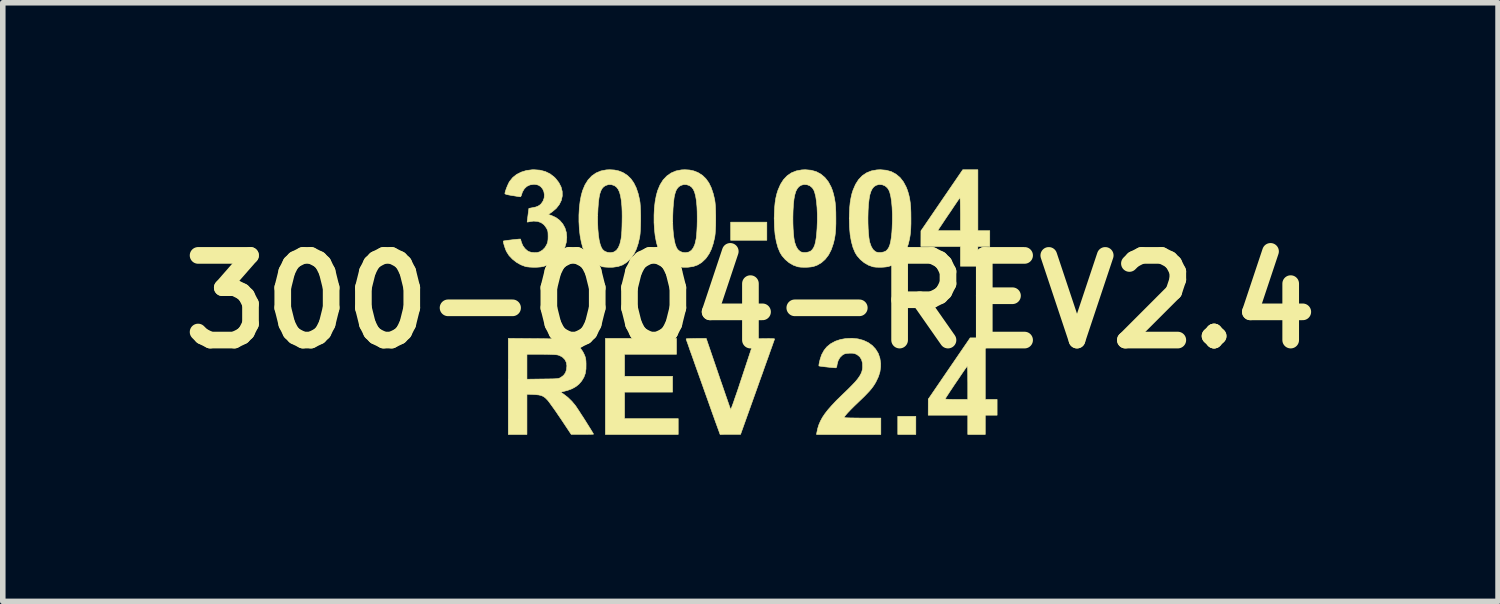
<source format=kicad_pcb>
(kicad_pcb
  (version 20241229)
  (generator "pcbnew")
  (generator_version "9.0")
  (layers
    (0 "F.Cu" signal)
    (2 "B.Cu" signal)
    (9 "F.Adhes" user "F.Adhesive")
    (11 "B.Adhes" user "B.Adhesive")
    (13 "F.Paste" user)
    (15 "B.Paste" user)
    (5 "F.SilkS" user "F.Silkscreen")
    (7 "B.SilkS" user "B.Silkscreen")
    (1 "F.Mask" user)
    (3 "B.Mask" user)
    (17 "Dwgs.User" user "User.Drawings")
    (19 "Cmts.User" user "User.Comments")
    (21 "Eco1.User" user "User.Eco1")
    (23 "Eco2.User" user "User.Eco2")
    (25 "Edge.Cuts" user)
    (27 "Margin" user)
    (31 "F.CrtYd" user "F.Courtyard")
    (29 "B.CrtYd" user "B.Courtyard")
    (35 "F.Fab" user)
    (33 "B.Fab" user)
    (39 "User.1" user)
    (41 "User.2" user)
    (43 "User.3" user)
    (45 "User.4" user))
  (footprint "300-004-REV2.4"
    (layer "F.Cu")
    (at 10.458 2.382)
    (property "Reference" "300-004-REV2.4" (at 0 0 0) (layer "F.SilkS") (effects (font (size 1.524 1.524) (thickness 0.3))))
    (attr through_hole)
    (fp_poly (pts (xy 0.295 -1.107) (xy -0.356 -1.107) (xy -0.356 -1.433) (xy 0.295 -1.433) (xy 0.295 -1.107)) (stroke (width 0.01) (type solid)) (fill yes) (layer "F.SilkS"))
    (fp_poly (pts (xy 2.977 2.388) (xy 2.652 2.388) (xy 2.652 2.062) (xy 2.977 2.062) (xy 2.977 2.388)) (stroke (width 0.01) (type solid)) (fill yes) (layer "F.SilkS"))
    (fp_poly (pts (xy -1.331 0.945) (xy -2.266 0.945) (xy -2.266 1.341) (xy -1.402 1.341) (xy -1.402 1.626) (xy -2.266 1.626) (xy -2.266 2.103) (xy -1.3 2.103) (xy -1.3 2.388) (xy -2.611 2.388) (xy -2.611 0.66) (xy -1.331 0.66) (xy -1.331 0.945)) (stroke (width 0.01) (type solid)) (fill yes) (layer "F.SilkS"))
    (fp_poly (pts (xy 4.094 -1.28) (xy 4.308 -1.28) (xy 4.308 -0.996) (xy 4.094 -0.996) (xy 4.094 -0.64) (xy 3.78 -0.64) (xy 3.78 -0.996) (xy 3.068 -0.996) (xy 3.069 -1.275) (xy 3.072 -1.28) (xy 3.371 -1.28) (xy 3.78 -1.28) (xy 3.78 -1.582) (xy 3.779 -1.664) (xy 3.778 -1.735) (xy 3.777 -1.793) (xy 3.775 -1.837) (xy 3.773 -1.865) (xy 3.771 -1.874) (xy 3.77 -1.874) (xy 3.763 -1.864) (xy 3.746 -1.839) (xy 3.721 -1.803) (xy 3.69 -1.757) (xy 3.654 -1.704) (xy 3.615 -1.645) (xy 3.574 -1.585) (xy 3.533 -1.525) (xy 3.494 -1.467) (xy 3.459 -1.414) (xy 3.429 -1.369) (xy 3.405 -1.333) (xy 3.389 -1.309) (xy 3.389 -1.308) (xy 3.371 -1.28) (xy 3.072 -1.28) (xy 3.445 -1.826) (xy 3.822 -2.377) (xy 4.094 -2.377) (xy 4.094 -1.28)) (stroke (width 0.01) (type solid)) (fill yes) (layer "F.SilkS"))
    (fp_poly (pts (xy 4.227 1.758) (xy 4.44 1.758) (xy 4.44 2.042) (xy 4.227 2.042) (xy 4.227 2.388) (xy 3.912 2.388) (xy 3.912 2.042) (xy 3.2 2.042) (xy 3.201 1.753) (xy 3.203 1.75) (xy 3.505 1.75) (xy 3.515 1.752) (xy 3.542 1.754) (xy 3.583 1.756) (xy 3.635 1.757) (xy 3.696 1.758) (xy 3.708 1.758) (xy 3.912 1.758) (xy 3.912 1.458) (xy 3.911 1.382) (xy 3.911 1.314) (xy 3.91 1.255) (xy 3.908 1.207) (xy 3.906 1.175) (xy 3.905 1.159) (xy 3.904 1.159) (xy 3.897 1.167) (xy 3.88 1.189) (xy 3.855 1.224) (xy 3.824 1.269) (xy 3.788 1.322) (xy 3.749 1.38) (xy 3.708 1.44) (xy 3.666 1.502) (xy 3.627 1.561) (xy 3.59 1.616) (xy 3.558 1.665) (xy 3.532 1.705) (xy 3.514 1.733) (xy 3.506 1.748) (xy 3.505 1.75) (xy 3.203 1.75) (xy 3.578 1.201) (xy 3.955 0.65) (xy 4.227 0.65) (xy 4.227 1.758)) (stroke (width 0.01) (type solid)) (fill yes) (layer "F.SilkS"))
    (fp_poly (pts (xy -0.58 1.293) (xy -0.543 1.402) (xy -0.507 1.505) (xy -0.474 1.601) (xy -0.444 1.689) (xy -0.417 1.766) (xy -0.395 1.83) (xy -0.377 1.882) (xy -0.364 1.918) (xy -0.357 1.937) (xy -0.356 1.939) (xy -0.352 1.932) (xy -0.341 1.907) (xy -0.325 1.865) (xy -0.304 1.807) (xy -0.279 1.733) (xy -0.248 1.645) (xy -0.214 1.545) (xy -0.177 1.432) (xy -0.136 1.309) (xy 0.077 0.665) (xy 0.258 0.663) (xy 0.329 0.662) (xy 0.383 0.663) (xy 0.418 0.665) (xy 0.434 0.668) (xy 0.435 0.67) (xy 0.431 0.681) (xy 0.421 0.709) (xy 0.405 0.754) (xy 0.384 0.814) (xy 0.357 0.888) (xy 0.327 0.974) (xy 0.292 1.071) (xy 0.254 1.177) (xy 0.214 1.291) (xy 0.17 1.412) (xy 0.127 1.534) (xy -0.178 2.387) (xy -0.362 2.387) (xy -0.546 2.388) (xy -0.562 2.344) (xy -0.571 2.319) (xy -0.586 2.278) (xy -0.606 2.223) (xy -0.631 2.155) (xy -0.659 2.076) (xy -0.691 1.987) (xy -0.725 1.891) (xy -0.761 1.789) (xy -0.799 1.683) (xy -0.838 1.573) (xy -0.877 1.463) (xy -0.916 1.354) (xy -0.954 1.247) (xy -0.991 1.144) (xy -1.025 1.047) (xy -1.057 0.957) (xy -1.086 0.877) (xy -1.11 0.807) (xy -1.13 0.749) (xy -1.146 0.706) (xy -1.155 0.679) (xy -1.158 0.669) (xy -1.149 0.666) (xy -1.122 0.664) (xy -1.081 0.662) (xy -1.03 0.661) (xy -0.977 0.66) (xy -0.796 0.66) (xy -0.58 1.293)) (stroke (width 0.01) (type solid)) (fill yes) (layer "F.SilkS"))
    (fp_poly (pts (xy 1.092 -2.368) (xy 1.185 -2.342) (xy 1.269 -2.297) (xy 1.341 -2.236) (xy 1.403 -2.158) (xy 1.453 -2.064) (xy 1.477 -2.002) (xy 1.497 -1.932) (xy 1.513 -1.862) (xy 1.525 -1.788) (xy 1.533 -1.706) (xy 1.537 -1.611) (xy 1.538 -1.504) (xy 1.538 -1.405) (xy 1.535 -1.321) (xy 1.53 -1.25) (xy 1.522 -1.185) (xy 1.511 -1.124) (xy 1.496 -1.061) (xy 1.492 -1.046) (xy 1.455 -0.938) (xy 1.407 -0.844) (xy 1.347 -0.766) (xy 1.277 -0.703) (xy 1.197 -0.657) (xy 1.133 -0.635) (xy 1.087 -0.627) (xy 1.029 -0.622) (xy 0.966 -0.621) (xy 0.907 -0.623) (xy 0.858 -0.629) (xy 0.85 -0.631) (xy 0.772 -0.659) (xy 0.696 -0.703) (xy 0.627 -0.761) (xy 0.568 -0.829) (xy 0.534 -0.884) (xy 0.496 -0.974) (xy 0.466 -1.082) (xy 0.444 -1.206) (xy 0.432 -1.345) (xy 0.428 -1.499) (xy 0.428 -1.506) (xy 0.764 -1.506) (xy 0.765 -1.411) (xy 0.768 -1.319) (xy 0.774 -1.234) (xy 0.781 -1.16) (xy 0.79 -1.1) (xy 0.796 -1.072) (xy 0.822 -0.998) (xy 0.854 -0.943) (xy 0.894 -0.906) (xy 0.915 -0.895) (xy 0.953 -0.887) (xy 0.999 -0.887) (xy 1.045 -0.896) (xy 1.082 -0.911) (xy 1.085 -0.913) (xy 1.114 -0.94) (xy 1.138 -0.976) (xy 1.158 -1.023) (xy 1.173 -1.083) (xy 1.185 -1.159) (xy 1.194 -1.252) (xy 1.199 -1.321) (xy 1.204 -1.454) (xy 1.204 -1.579) (xy 1.199 -1.696) (xy 1.189 -1.8) (xy 1.176 -1.891) (xy 1.157 -1.966) (xy 1.144 -2.003) (xy 1.114 -2.051) (xy 1.071 -2.087) (xy 1.02 -2.107) (xy 0.965 -2.111) (xy 0.953 -2.109) (xy 0.909 -2.096) (xy 0.873 -2.072) (xy 0.843 -2.037) (xy 0.818 -1.989) (xy 0.799 -1.927) (xy 0.784 -1.849) (xy 0.774 -1.754) (xy 0.767 -1.641) (xy 0.766 -1.601) (xy 0.764 -1.506) (xy 0.428 -1.506) (xy 0.43 -1.579) (xy 0.435 -1.69) (xy 0.444 -1.785) (xy 0.457 -1.868) (xy 0.475 -1.944) (xy 0.496 -2.01) (xy 0.541 -2.114) (xy 0.596 -2.2) (xy 0.662 -2.269) (xy 0.738 -2.321) (xy 0.826 -2.356) (xy 0.924 -2.374) (xy 0.989 -2.377) (xy 1.092 -2.368)) (stroke (width 0.01) (type solid)) (fill yes) (layer "F.SilkS"))
    (fp_poly (pts (xy 1.936 0.668) (xy 2.033 0.694) (xy 2.119 0.734) (xy 2.193 0.787) (xy 2.253 0.852) (xy 2.3 0.928) (xy 2.33 1.014) (xy 2.344 1.108) (xy 2.343 1.173) (xy 2.331 1.262) (xy 2.304 1.348) (xy 2.261 1.438) (xy 2.26 1.441) (xy 2.236 1.482) (xy 2.211 1.52) (xy 2.182 1.559) (xy 2.148 1.6) (xy 2.105 1.646) (xy 2.053 1.7) (xy 1.988 1.763) (xy 1.945 1.804) (xy 1.864 1.882) (xy 1.799 1.947) (xy 1.749 2) (xy 1.714 2.04) (xy 1.693 2.068) (xy 1.687 2.084) (xy 1.696 2.086) (xy 1.724 2.088) (xy 1.767 2.09) (xy 1.824 2.091) (xy 1.891 2.092) (xy 1.966 2.093) (xy 2.017 2.093) (xy 2.347 2.093) (xy 2.347 2.388) (xy 1.189 2.388) (xy 1.195 2.355) (xy 1.21 2.283) (xy 1.231 2.215) (xy 1.26 2.148) (xy 1.296 2.081) (xy 1.342 2.013) (xy 1.399 1.94) (xy 1.468 1.862) (xy 1.55 1.775) (xy 1.648 1.68) (xy 1.683 1.646) (xy 1.766 1.566) (xy 1.834 1.497) (xy 1.89 1.438) (xy 1.933 1.385) (xy 1.966 1.338) (xy 1.99 1.295) (xy 2.006 1.254) (xy 2.016 1.213) (xy 2.019 1.18) (xy 2.017 1.104) (xy 2 1.041) (xy 1.967 0.989) (xy 1.92 0.952) (xy 1.902 0.943) (xy 1.871 0.931) (xy 1.837 0.926) (xy 1.794 0.926) (xy 1.778 0.926) (xy 1.734 0.929) (xy 1.703 0.935) (xy 1.679 0.945) (xy 1.655 0.96) (xy 1.611 1.003) (xy 1.578 1.061) (xy 1.56 1.128) (xy 1.559 1.135) (xy 1.554 1.167) (xy 1.547 1.183) (xy 1.536 1.188) (xy 1.53 1.189) (xy 1.509 1.187) (xy 1.474 1.184) (xy 1.431 1.18) (xy 1.384 1.175) (xy 1.336 1.17) (xy 1.293 1.164) (xy 1.259 1.16) (xy 1.237 1.156) (xy 1.233 1.155) (xy 1.232 1.142) (xy 1.236 1.115) (xy 1.244 1.078) (xy 1.254 1.037) (xy 1.267 0.997) (xy 1.279 0.962) (xy 1.284 0.949) (xy 1.326 0.873) (xy 1.375 0.812) (xy 1.436 0.762) (xy 1.442 0.757) (xy 1.528 0.71) (xy 1.62 0.679) (xy 1.716 0.662) (xy 1.83 0.657) (xy 1.936 0.668)) (stroke (width 0.01) (type solid)) (fill yes) (layer "F.SilkS"))
    (fp_poly (pts (xy 2.443 -2.368) (xy 2.537 -2.342) (xy 2.62 -2.297) (xy 2.693 -2.236) (xy 2.754 -2.158) (xy 2.804 -2.064) (xy 2.828 -2.002) (xy 2.849 -1.932) (xy 2.865 -1.862) (xy 2.876 -1.788) (xy 2.884 -1.706) (xy 2.888 -1.611) (xy 2.889 -1.504) (xy 2.889 -1.405) (xy 2.886 -1.321) (xy 2.881 -1.25) (xy 2.873 -1.185) (xy 2.862 -1.124) (xy 2.847 -1.061) (xy 2.844 -1.046) (xy 2.807 -0.938) (xy 2.758 -0.844) (xy 2.698 -0.766) (xy 2.628 -0.703) (xy 2.548 -0.657) (xy 2.485 -0.635) (xy 2.438 -0.627) (xy 2.38 -0.622) (xy 2.317 -0.621) (xy 2.258 -0.623) (xy 2.21 -0.629) (xy 2.202 -0.631) (xy 2.124 -0.659) (xy 2.048 -0.703) (xy 1.978 -0.761) (xy 1.919 -0.829) (xy 1.885 -0.884) (xy 1.847 -0.974) (xy 1.817 -1.082) (xy 1.795 -1.206) (xy 1.783 -1.345) (xy 1.779 -1.499) (xy 1.779 -1.506) (xy 2.115 -1.506) (xy 2.116 -1.411) (xy 2.119 -1.319) (xy 2.125 -1.234) (xy 2.132 -1.16) (xy 2.141 -1.1) (xy 2.147 -1.072) (xy 2.173 -0.998) (xy 2.205 -0.943) (xy 2.245 -0.906) (xy 2.266 -0.895) (xy 2.304 -0.887) (xy 2.35 -0.887) (xy 2.397 -0.896) (xy 2.433 -0.911) (xy 2.437 -0.913) (xy 2.466 -0.94) (xy 2.49 -0.976) (xy 2.509 -1.023) (xy 2.524 -1.083) (xy 2.536 -1.159) (xy 2.546 -1.252) (xy 2.55 -1.321) (xy 2.555 -1.454) (xy 2.555 -1.579) (xy 2.55 -1.696) (xy 2.541 -1.8) (xy 2.527 -1.891) (xy 2.509 -1.966) (xy 2.495 -2.003) (xy 2.465 -2.051) (xy 2.422 -2.087) (xy 2.371 -2.107) (xy 2.317 -2.111) (xy 2.304 -2.109) (xy 2.261 -2.096) (xy 2.224 -2.072) (xy 2.194 -2.037) (xy 2.17 -1.989) (xy 2.15 -1.927) (xy 2.136 -1.849) (xy 2.125 -1.754) (xy 2.118 -1.641) (xy 2.117 -1.601) (xy 2.115 -1.506) (xy 1.779 -1.506) (xy 1.781 -1.579) (xy 1.786 -1.69) (xy 1.795 -1.785) (xy 1.809 -1.868) (xy 1.826 -1.944) (xy 1.847 -2.01) (xy 1.892 -2.114) (xy 1.947 -2.2) (xy 2.013 -2.269) (xy 2.09 -2.321) (xy 2.177 -2.356) (xy 2.276 -2.374) (xy 2.34 -2.377) (xy 2.443 -2.368)) (stroke (width 0.01) (type solid)) (fill yes) (layer "F.SilkS"))
    (fp_poly (pts (xy -2.448 -2.372) (xy -2.372 -2.356) (xy -2.3 -2.328) (xy -2.285 -2.32) (xy -2.214 -2.274) (xy -2.152 -2.214) (xy -2.1 -2.14) (xy -2.056 -2.051) (xy -2.02 -1.944) (xy -1.995 -1.834) (xy -1.987 -1.782) (xy -1.982 -1.715) (xy -1.978 -1.636) (xy -1.976 -1.55) (xy -1.976 -1.461) (xy -1.978 -1.374) (xy -1.981 -1.293) (xy -1.986 -1.223) (xy -1.993 -1.168) (xy -1.994 -1.162) (xy -2.021 -1.047) (xy -2.054 -0.948) (xy -2.095 -0.864) (xy -2.144 -0.792) (xy -2.165 -0.768) (xy -2.231 -0.707) (xy -2.302 -0.663) (xy -2.382 -0.635) (xy -2.473 -0.622) (xy -2.528 -0.621) (xy -2.576 -0.622) (xy -2.62 -0.625) (xy -2.654 -0.629) (xy -2.664 -0.631) (xy -2.737 -0.657) (xy -2.809 -0.699) (xy -2.877 -0.753) (xy -2.936 -0.817) (xy -2.98 -0.885) (xy -2.985 -0.894) (xy -3.019 -0.978) (xy -3.045 -1.077) (xy -3.066 -1.189) (xy -3.08 -1.309) (xy -3.086 -1.427) (xy -2.75 -1.427) (xy -2.746 -1.311) (xy -2.737 -1.207) (xy -2.724 -1.116) (xy -2.706 -1.039) (xy -2.684 -0.979) (xy -2.662 -0.942) (xy -2.625 -0.91) (xy -2.576 -0.89) (xy -2.522 -0.884) (xy -2.468 -0.893) (xy -2.455 -0.898) (xy -2.413 -0.926) (xy -2.378 -0.973) (xy -2.351 -1.038) (xy -2.331 -1.121) (xy -2.327 -1.146) (xy -2.32 -1.204) (xy -2.315 -1.276) (xy -2.312 -1.359) (xy -2.31 -1.448) (xy -2.309 -1.537) (xy -2.31 -1.622) (xy -2.313 -1.697) (xy -2.315 -1.727) (xy -2.325 -1.828) (xy -2.339 -1.909) (xy -2.357 -1.975) (xy -2.381 -2.025) (xy -2.41 -2.063) (xy -2.445 -2.089) (xy -2.452 -2.092) (xy -2.506 -2.11) (xy -2.558 -2.109) (xy -2.608 -2.092) (xy -2.642 -2.07) (xy -2.67 -2.039) (xy -2.692 -1.998) (xy -2.711 -1.943) (xy -2.725 -1.874) (xy -2.736 -1.788) (xy -2.744 -1.684) (xy -2.744 -1.683) (xy -2.75 -1.551) (xy -2.75 -1.427) (xy -3.086 -1.427) (xy -3.087 -1.435) (xy -3.087 -1.562) (xy -3.08 -1.687) (xy -3.066 -1.806) (xy -3.045 -1.917) (xy -3.021 -2.002) (xy -2.978 -2.105) (xy -2.923 -2.193) (xy -2.857 -2.264) (xy -2.78 -2.318) (xy -2.692 -2.355) (xy -2.595 -2.374) (xy -2.533 -2.377) (xy -2.448 -2.372)) (stroke (width 0.01) (type solid)) (fill yes) (layer "F.SilkS"))
    (fp_poly (pts (xy -1.096 -2.372) (xy -1.021 -2.356) (xy -0.949 -2.328) (xy -0.934 -2.32) (xy -0.862 -2.274) (xy -0.801 -2.214) (xy -0.748 -2.14) (xy -0.705 -2.051) (xy -0.669 -1.944) (xy -0.643 -1.834) (xy -0.636 -1.782) (xy -0.63 -1.715) (xy -0.627 -1.636) (xy -0.625 -1.55) (xy -0.625 -1.461) (xy -0.626 -1.374) (xy -0.63 -1.293) (xy -0.635 -1.223) (xy -0.642 -1.168) (xy -0.643 -1.162) (xy -0.67 -1.047) (xy -0.703 -0.948) (xy -0.744 -0.864) (xy -0.793 -0.792) (xy -0.814 -0.768) (xy -0.879 -0.707) (xy -0.951 -0.663) (xy -1.03 -0.635) (xy -1.121 -0.622) (xy -1.177 -0.621) (xy -1.225 -0.622) (xy -1.269 -0.625) (xy -1.303 -0.629) (xy -1.313 -0.631) (xy -1.386 -0.657) (xy -1.458 -0.699) (xy -1.526 -0.753) (xy -1.584 -0.817) (xy -1.629 -0.885) (xy -1.634 -0.894) (xy -1.667 -0.978) (xy -1.694 -1.077) (xy -1.715 -1.189) (xy -1.728 -1.309) (xy -1.735 -1.427) (xy -1.399 -1.427) (xy -1.395 -1.311) (xy -1.386 -1.207) (xy -1.372 -1.116) (xy -1.355 -1.039) (xy -1.333 -0.979) (xy -1.311 -0.942) (xy -1.273 -0.91) (xy -1.225 -0.89) (xy -1.171 -0.884) (xy -1.117 -0.893) (xy -1.103 -0.898) (xy -1.062 -0.926) (xy -1.027 -0.973) (xy -0.999 -1.038) (xy -0.98 -1.121) (xy -0.975 -1.146) (xy -0.969 -1.204) (xy -0.964 -1.276) (xy -0.96 -1.359) (xy -0.958 -1.448) (xy -0.958 -1.537) (xy -0.959 -1.622) (xy -0.962 -1.697) (xy -0.964 -1.727) (xy -0.974 -1.828) (xy -0.988 -1.909) (xy -1.006 -1.975) (xy -1.029 -2.025) (xy -1.058 -2.063) (xy -1.094 -2.089) (xy -1.1 -2.092) (xy -1.155 -2.11) (xy -1.206 -2.109) (xy -1.257 -2.092) (xy -1.29 -2.07) (xy -1.318 -2.039) (xy -1.341 -1.998) (xy -1.359 -1.943) (xy -1.374 -1.874) (xy -1.384 -1.788) (xy -1.393 -1.684) (xy -1.393 -1.683) (xy -1.398 -1.551) (xy -1.399 -1.427) (xy -1.735 -1.427) (xy -1.735 -1.435) (xy -1.735 -1.562) (xy -1.729 -1.687) (xy -1.715 -1.806) (xy -1.694 -1.917) (xy -1.67 -2.002) (xy -1.627 -2.105) (xy -1.572 -2.193) (xy -1.505 -2.264) (xy -1.428 -2.318) (xy -1.341 -2.355) (xy -1.243 -2.374) (xy -1.182 -2.377) (xy -1.096 -2.372)) (stroke (width 0.01) (type solid)) (fill yes) (layer "F.SilkS"))
    (fp_poly (pts (xy -3.873 0.663) (xy -3.752 0.664) (xy -3.649 0.666) (xy -3.563 0.667) (xy -3.49 0.67) (xy -3.43 0.672) (xy -3.381 0.676) (xy -3.34 0.681) (xy -3.306 0.687) (xy -3.276 0.694) (xy -3.248 0.703) (xy -3.222 0.714) (xy -3.195 0.725) (xy -3.13 0.766) (xy -3.07 0.822) (xy -3.02 0.893) (xy -3 0.931) (xy -2.983 0.968) (xy -2.972 0.999) (xy -2.965 1.03) (xy -2.961 1.068) (xy -2.959 1.118) (xy -2.96 1.209) (xy -2.972 1.288) (xy -2.997 1.357) (xy -3.036 1.422) (xy -3.037 1.424) (xy -3.084 1.479) (xy -3.14 1.525) (xy -3.207 1.563) (xy -3.288 1.594) (xy -3.387 1.62) (xy -3.387 1.62) (xy -3.417 1.627) (xy -3.362 1.663) (xy -3.288 1.72) (xy -3.215 1.791) (xy -3.15 1.869) (xy -3.134 1.892) (xy -3.111 1.927) (xy -3.081 1.972) (xy -3.048 2.024) (xy -3.011 2.08) (xy -2.974 2.138) (xy -2.938 2.196) (xy -2.904 2.25) (xy -2.874 2.298) (xy -2.85 2.338) (xy -2.833 2.366) (xy -2.825 2.381) (xy -2.824 2.382) (xy -2.834 2.384) (xy -2.861 2.385) (xy -2.902 2.386) (xy -2.954 2.387) (xy -3.015 2.387) (xy -3.025 2.387) (xy -3.226 2.387) (xy -3.413 2.106) (xy -3.461 2.036) (xy -3.507 1.968) (xy -3.551 1.906) (xy -3.59 1.852) (xy -3.622 1.808) (xy -3.646 1.777) (xy -3.655 1.767) (xy -3.691 1.731) (xy -3.726 1.705) (xy -3.765 1.688) (xy -3.811 1.677) (xy -3.871 1.671) (xy -3.909 1.669) (xy -4.023 1.664) (xy -4.023 2.388) (xy -4.359 2.388) (xy -4.359 0.945) (xy -4.023 0.945) (xy -4.023 1.394) (xy -3.741 1.39) (xy -3.658 1.389) (xy -3.592 1.388) (xy -3.542 1.387) (xy -3.504 1.385) (xy -3.476 1.382) (xy -3.455 1.379) (xy -3.439 1.374) (xy -3.426 1.369) (xy -3.418 1.364) (xy -3.366 1.327) (xy -3.33 1.279) (xy -3.312 1.226) (xy -3.304 1.154) (xy -3.314 1.091) (xy -3.342 1.037) (xy -3.385 0.995) (xy -3.442 0.965) (xy -3.476 0.956) (xy -3.501 0.953) (xy -3.543 0.95) (xy -3.598 0.948) (xy -3.663 0.946) (xy -3.735 0.945) (xy -3.775 0.945) (xy -4.023 0.945) (xy -4.359 0.945) (xy -4.359 0.659) (xy -3.873 0.663)) (stroke (width 0.01) (type solid)) (fill yes) (layer "F.SilkS"))
    (fp_poly (pts (xy -3.789 -2.369) (xy -3.692 -2.344) (xy -3.606 -2.302) (xy -3.53 -2.243) (xy -3.507 -2.22) (xy -3.448 -2.144) (xy -3.408 -2.065) (xy -3.388 -1.985) (xy -3.387 -1.904) (xy -3.404 -1.826) (xy -3.441 -1.751) (xy -3.495 -1.682) (xy -3.568 -1.62) (xy -3.583 -1.609) (xy -3.639 -1.572) (xy -3.581 -1.553) (xy -3.5 -1.515) (xy -3.432 -1.464) (xy -3.378 -1.401) (xy -3.338 -1.328) (xy -3.314 -1.247) (xy -3.306 -1.16) (xy -3.315 -1.07) (xy -3.341 -0.978) (xy -3.363 -0.929) (xy -3.416 -0.843) (xy -3.484 -0.768) (xy -3.565 -0.706) (xy -3.656 -0.659) (xy -3.726 -0.636) (xy -3.776 -0.627) (xy -3.838 -0.622) (xy -3.905 -0.621) (xy -3.971 -0.624) (xy -4.027 -0.63) (xy -4.051 -0.635) (xy -4.133 -0.666) (xy -4.212 -0.711) (xy -4.284 -0.768) (xy -4.345 -0.832) (xy -4.389 -0.901) (xy -4.392 -0.906) (xy -4.406 -0.939) (xy -4.42 -0.978) (xy -4.433 -1.018) (xy -4.443 -1.054) (xy -4.448 -1.08) (xy -4.448 -1.093) (xy -4.448 -1.093) (xy -4.436 -1.096) (xy -4.409 -1.1) (xy -4.371 -1.106) (xy -4.326 -1.111) (xy -4.277 -1.117) (xy -4.23 -1.122) (xy -4.189 -1.126) (xy -4.158 -1.129) (xy -4.14 -1.129) (xy -4.138 -1.128) (xy -4.135 -1.116) (xy -4.128 -1.091) (xy -4.121 -1.067) (xy -4.097 -1.01) (xy -4.06 -0.959) (xy -4.016 -0.919) (xy -3.988 -0.903) (xy -3.944 -0.89) (xy -3.89 -0.885) (xy -3.837 -0.887) (xy -3.796 -0.898) (xy -3.743 -0.93) (xy -3.697 -0.977) (xy -3.667 -1.029) (xy -3.654 -1.06) (xy -3.647 -1.09) (xy -3.643 -1.128) (xy -3.642 -1.179) (xy -3.643 -1.225) (xy -3.645 -1.258) (xy -3.651 -1.284) (xy -3.662 -1.308) (xy -3.674 -1.331) (xy -3.716 -1.387) (xy -3.769 -1.425) (xy -3.832 -1.447) (xy -3.905 -1.452) (xy -3.962 -1.444) (xy -3.993 -1.438) (xy -4.013 -1.435) (xy -4.018 -1.435) (xy -4.018 -1.445) (xy -4.015 -1.472) (xy -4.01 -1.511) (xy -4.004 -1.558) (xy -4.004 -1.559) (xy -3.988 -1.681) (xy -3.92 -1.694) (xy -3.863 -1.706) (xy -3.821 -1.723) (xy -3.786 -1.746) (xy -3.767 -1.764) (xy -3.733 -1.813) (xy -3.713 -1.869) (xy -3.709 -1.926) (xy -3.718 -1.982) (xy -3.741 -2.033) (xy -3.776 -2.074) (xy -3.817 -2.099) (xy -3.847 -2.108) (xy -3.886 -2.113) (xy -3.903 -2.113) (xy -3.968 -2.104) (xy -4.025 -2.077) (xy -4.07 -2.034) (xy -4.104 -1.977) (xy -4.116 -1.94) (xy -4.125 -1.912) (xy -4.135 -1.893) (xy -4.14 -1.89) (xy -4.153 -1.891) (xy -4.183 -1.895) (xy -4.224 -1.902) (xy -4.273 -1.91) (xy -4.285 -1.911) (xy -4.344 -1.922) (xy -4.384 -1.93) (xy -4.408 -1.938) (xy -4.419 -1.945) (xy -4.42 -1.948) (xy -4.415 -1.973) (xy -4.404 -2.01) (xy -4.388 -2.054) (xy -4.369 -2.099) (xy -4.35 -2.14) (xy -4.334 -2.168) (xy -4.279 -2.236) (xy -4.209 -2.292) (xy -4.126 -2.334) (xy -4.033 -2.363) (xy -3.931 -2.376) (xy -3.896 -2.377) (xy -3.789 -2.369)) (stroke (width 0.01) (type solid)) (fill yes) (layer "F.SilkS")))
  (gr_rect
    (start -3 -3)
    (end 23.915 7.775)
    (stroke (width 0.1) (type default))
    (fill no)
    (layer "Edge.Cuts")))
</source>
